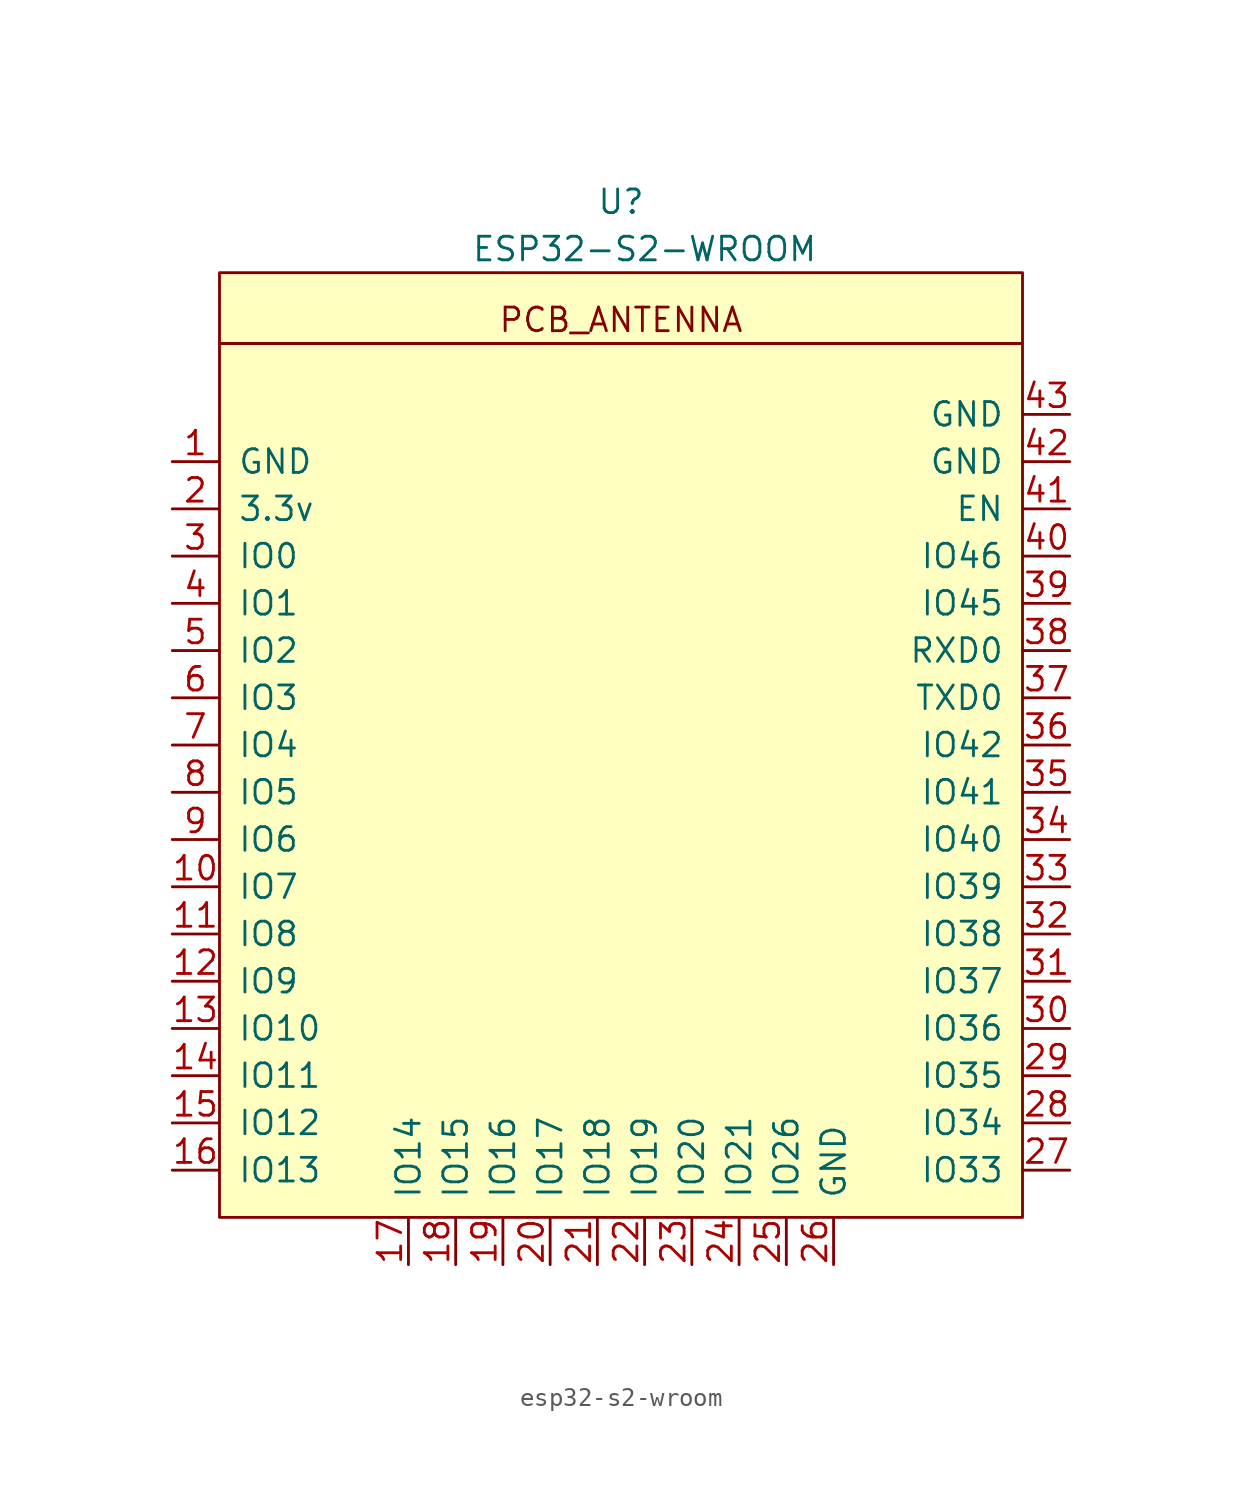
<source format=kicad_sym>
(kicad_symbol_lib
  (version 20220914)
  (generator kicad_symbol_editor)
  (symbol "esp32-s2-wroom"
    (pin_names
      (offset 1.016))
    (property "Reference" "U"
      (at -1.27 30.48 0)
      (effects (font (size 1.27 1.27))))
    (property "Value" "ESP32-S2-WROOM"
      (at 0 27.94 0)
      (effects (font (size 1.27 1.27))))
    (symbol "esp32-s2-wroom_0_0"
      (text "PCB_ANTENNA" (at -1.27 24.13 0) (effects (font (size 1.27 1.27)))))
    (symbol "esp32-s2-wroom_1_0"
      (rectangle (start -22.86 22.86) (end 20.32 -24.13) (stroke (width 0) (type solid)) (fill (type background)))
      (rectangle (start -22.86 26.67) (end 20.32 22.86) (stroke (width 0) (type solid)) (fill (type background))))
    (symbol "esp32-s2-wroom_1_1"
      (pin power_in line (at -25.4 16.51 0) (length 2.489) (name "GND" (effects (font (size 1.27 1.27)))) (number "1" (effects (font (size 1.27 1.27)))))
      (pin bidirectional line (at -25.4 -6.35 0) (length 2.489) (name "IO7" (effects (font (size 1.27 1.27)))) (number "10" (effects (font (size 1.27 1.27)))))
      (pin bidirectional line (at -25.4 -8.89 0) (length 2.489) (name "IO8" (effects (font (size 1.27 1.27)))) (number "11" (effects (font (size 1.27 1.27)))))
      (pin bidirectional line (at -25.4 -11.43 0) (length 2.489) (name "IO9" (effects (font (size 1.27 1.27)))) (number "12" (effects (font (size 1.27 1.27)))))
      (pin bidirectional line (at -25.4 -13.97 0) (length 2.489) (name "IO10" (effects (font (size 1.27 1.27)))) (number "13" (effects (font (size 1.27 1.27)))))
      (pin bidirectional line (at -25.4 -16.51 0) (length 2.489) (name "IO11" (effects (font (size 1.27 1.27)))) (number "14" (effects (font (size 1.27 1.27)))))
      (pin bidirectional line (at -25.4 -19.05 0) (length 2.489) (name "IO12" (effects (font (size 1.27 1.27)))) (number "15" (effects (font (size 1.27 1.27)))))
      (pin bidirectional line (at -25.4 -21.59 0) (length 2.489) (name "IO13" (effects (font (size 1.27 1.27)))) (number "16" (effects (font (size 1.27 1.27)))))
      (pin bidirectional line (at -12.7 -26.67 90) (length 2.489) (name "IO14" (effects (font (size 1.27 1.27)))) (number "17" (effects (font (size 1.27 1.27)))))
      (pin bidirectional line (at -10.16 -26.67 90) (length 2.489) (name "IO15" (effects (font (size 1.27 1.27)))) (number "18" (effects (font (size 1.27 1.27)))))
      (pin bidirectional line (at -7.62 -26.67 90) (length 2.489) (name "IO16" (effects (font (size 1.27 1.27)))) (number "19" (effects (font (size 1.27 1.27)))))
      (pin power_in line (at -25.4 13.97 0) (length 2.489) (name "3.3v" (effects (font (size 1.27 1.27)))) (number "2" (effects (font (size 1.27 1.27)))))
      (pin bidirectional line (at -5.08 -26.67 90) (length 2.489) (name "IO17" (effects (font (size 1.27 1.27)))) (number "20" (effects (font (size 1.27 1.27)))))
      (pin bidirectional line (at -2.54 -26.67 90) (length 2.489) (name "IO18" (effects (font (size 1.27 1.27)))) (number "21" (effects (font (size 1.27 1.27)))))
      (pin bidirectional line (at 0 -26.67 90) (length 2.489) (name "IO19" (effects (font (size 1.27 1.27)))) (number "22" (effects (font (size 1.27 1.27)))))
      (pin bidirectional line (at 2.54 -26.67 90) (length 2.489) (name "IO20" (effects (font (size 1.27 1.27)))) (number "23" (effects (font (size 1.27 1.27)))))
      (pin bidirectional line (at 5.08 -26.67 90) (length 2.489) (name "IO21" (effects (font (size 1.27 1.27)))) (number "24" (effects (font (size 1.27 1.27)))))
      (pin bidirectional line (at 7.62 -26.67 90) (length 2.489) (name "IO26" (effects (font (size 1.27 1.27)))) (number "25" (effects (font (size 1.27 1.27)))))
      (pin power_in line (at 10.16 -26.67 90) (length 2.489) (name "GND" (effects (font (size 1.27 1.27)))) (number "26" (effects (font (size 1.27 1.27)))))
      (pin bidirectional line (at 22.86 -21.59 180) (length 2.489) (name "IO33" (effects (font (size 1.27 1.27)))) (number "27" (effects (font (size 1.27 1.27)))))
      (pin bidirectional line (at 22.86 -19.05 180) (length 2.489) (name "IO34" (effects (font (size 1.27 1.27)))) (number "28" (effects (font (size 1.27 1.27)))))
      (pin bidirectional line (at 22.86 -16.51 180) (length 2.489) (name "IO35" (effects (font (size 1.27 1.27)))) (number "29" (effects (font (size 1.27 1.27)))))
      (pin bidirectional line (at -25.4 11.43 0) (length 2.489) (name "IO0" (effects (font (size 1.27 1.27)))) (number "3" (effects (font (size 1.27 1.27)))))
      (pin bidirectional line (at 22.86 -13.97 180) (length 2.489) (name "IO36" (effects (font (size 1.27 1.27)))) (number "30" (effects (font (size 1.27 1.27)))))
      (pin bidirectional line (at 22.86 -11.43 180) (length 2.489) (name "IO37" (effects (font (size 1.27 1.27)))) (number "31" (effects (font (size 1.27 1.27)))))
      (pin bidirectional line (at 22.86 -8.89 180) (length 2.489) (name "IO38" (effects (font (size 1.27 1.27)))) (number "32" (effects (font (size 1.27 1.27)))))
      (pin bidirectional line (at 22.86 -6.35 180) (length 2.489) (name "IO39" (effects (font (size 1.27 1.27)))) (number "33" (effects (font (size 1.27 1.27)))))
      (pin bidirectional line (at 22.86 -3.81 180) (length 2.489) (name "IO40" (effects (font (size 1.27 1.27)))) (number "34" (effects (font (size 1.27 1.27)))))
      (pin bidirectional line (at 22.86 -1.27 180) (length 2.489) (name "IO41" (effects (font (size 1.27 1.27)))) (number "35" (effects (font (size 1.27 1.27)))))
      (pin bidirectional line (at 22.86 1.27 180) (length 2.489) (name "IO42" (effects (font (size 1.27 1.27)))) (number "36" (effects (font (size 1.27 1.27)))))
      (pin bidirectional line (at 22.86 3.81 180) (length 2.489) (name "TXD0" (effects (font (size 1.27 1.27)))) (number "37" (effects (font (size 1.27 1.27)))))
      (pin bidirectional line (at 22.86 6.35 180) (length 2.489) (name "RXD0" (effects (font (size 1.27 1.27)))) (number "38" (effects (font (size 1.27 1.27)))))
      (pin bidirectional line (at 22.86 8.89 180) (length 2.489) (name "IO45" (effects (font (size 1.27 1.27)))) (number "39" (effects (font (size 1.27 1.27)))))
      (pin bidirectional line (at -25.4 8.89 0) (length 2.489) (name "IO1" (effects (font (size 1.27 1.27)))) (number "4" (effects (font (size 1.27 1.27)))))
      (pin bidirectional line (at 22.86 11.43 180) (length 2.489) (name "IO46" (effects (font (size 1.27 1.27)))) (number "40" (effects (font (size 1.27 1.27)))))
      (pin bidirectional line (at 22.86 13.97 180) (length 2.489) (name "EN" (effects (font (size 1.27 1.27)))) (number "41" (effects (font (size 1.27 1.27)))))
      (pin power_in line (at 22.86 16.51 180) (length 2.489) (name "GND" (effects (font (size 1.27 1.27)))) (number "42" (effects (font (size 1.27 1.27)))))
      (pin power_in line (at 22.86 19.05 180) (length 2.489) (name "GND" (effects (font (size 1.27 1.27)))) (number "43" (effects (font (size 1.27 1.27)))))
      (pin bidirectional line (at -25.4 6.35 0) (length 2.489) (name "IO2" (effects (font (size 1.27 1.27)))) (number "5" (effects (font (size 1.27 1.27)))))
      (pin bidirectional line (at -25.4 3.81 0) (length 2.489) (name "IO3" (effects (font (size 1.27 1.27)))) (number "6" (effects (font (size 1.27 1.27)))))
      (pin bidirectional line (at -25.4 1.27 0) (length 2.489) (name "IO4" (effects (font (size 1.27 1.27)))) (number "7" (effects (font (size 1.27 1.27)))))
      (pin bidirectional line (at -25.4 -1.27 0) (length 2.489) (name "IO5" (effects (font (size 1.27 1.27)))) (number "8" (effects (font (size 1.27 1.27)))))
      (pin bidirectional line (at -25.4 -3.81 0) (length 2.489) (name "IO6" (effects (font (size 1.27 1.27)))) (number "9" (effects (font (size 1.27 1.27))))))))
</source>
